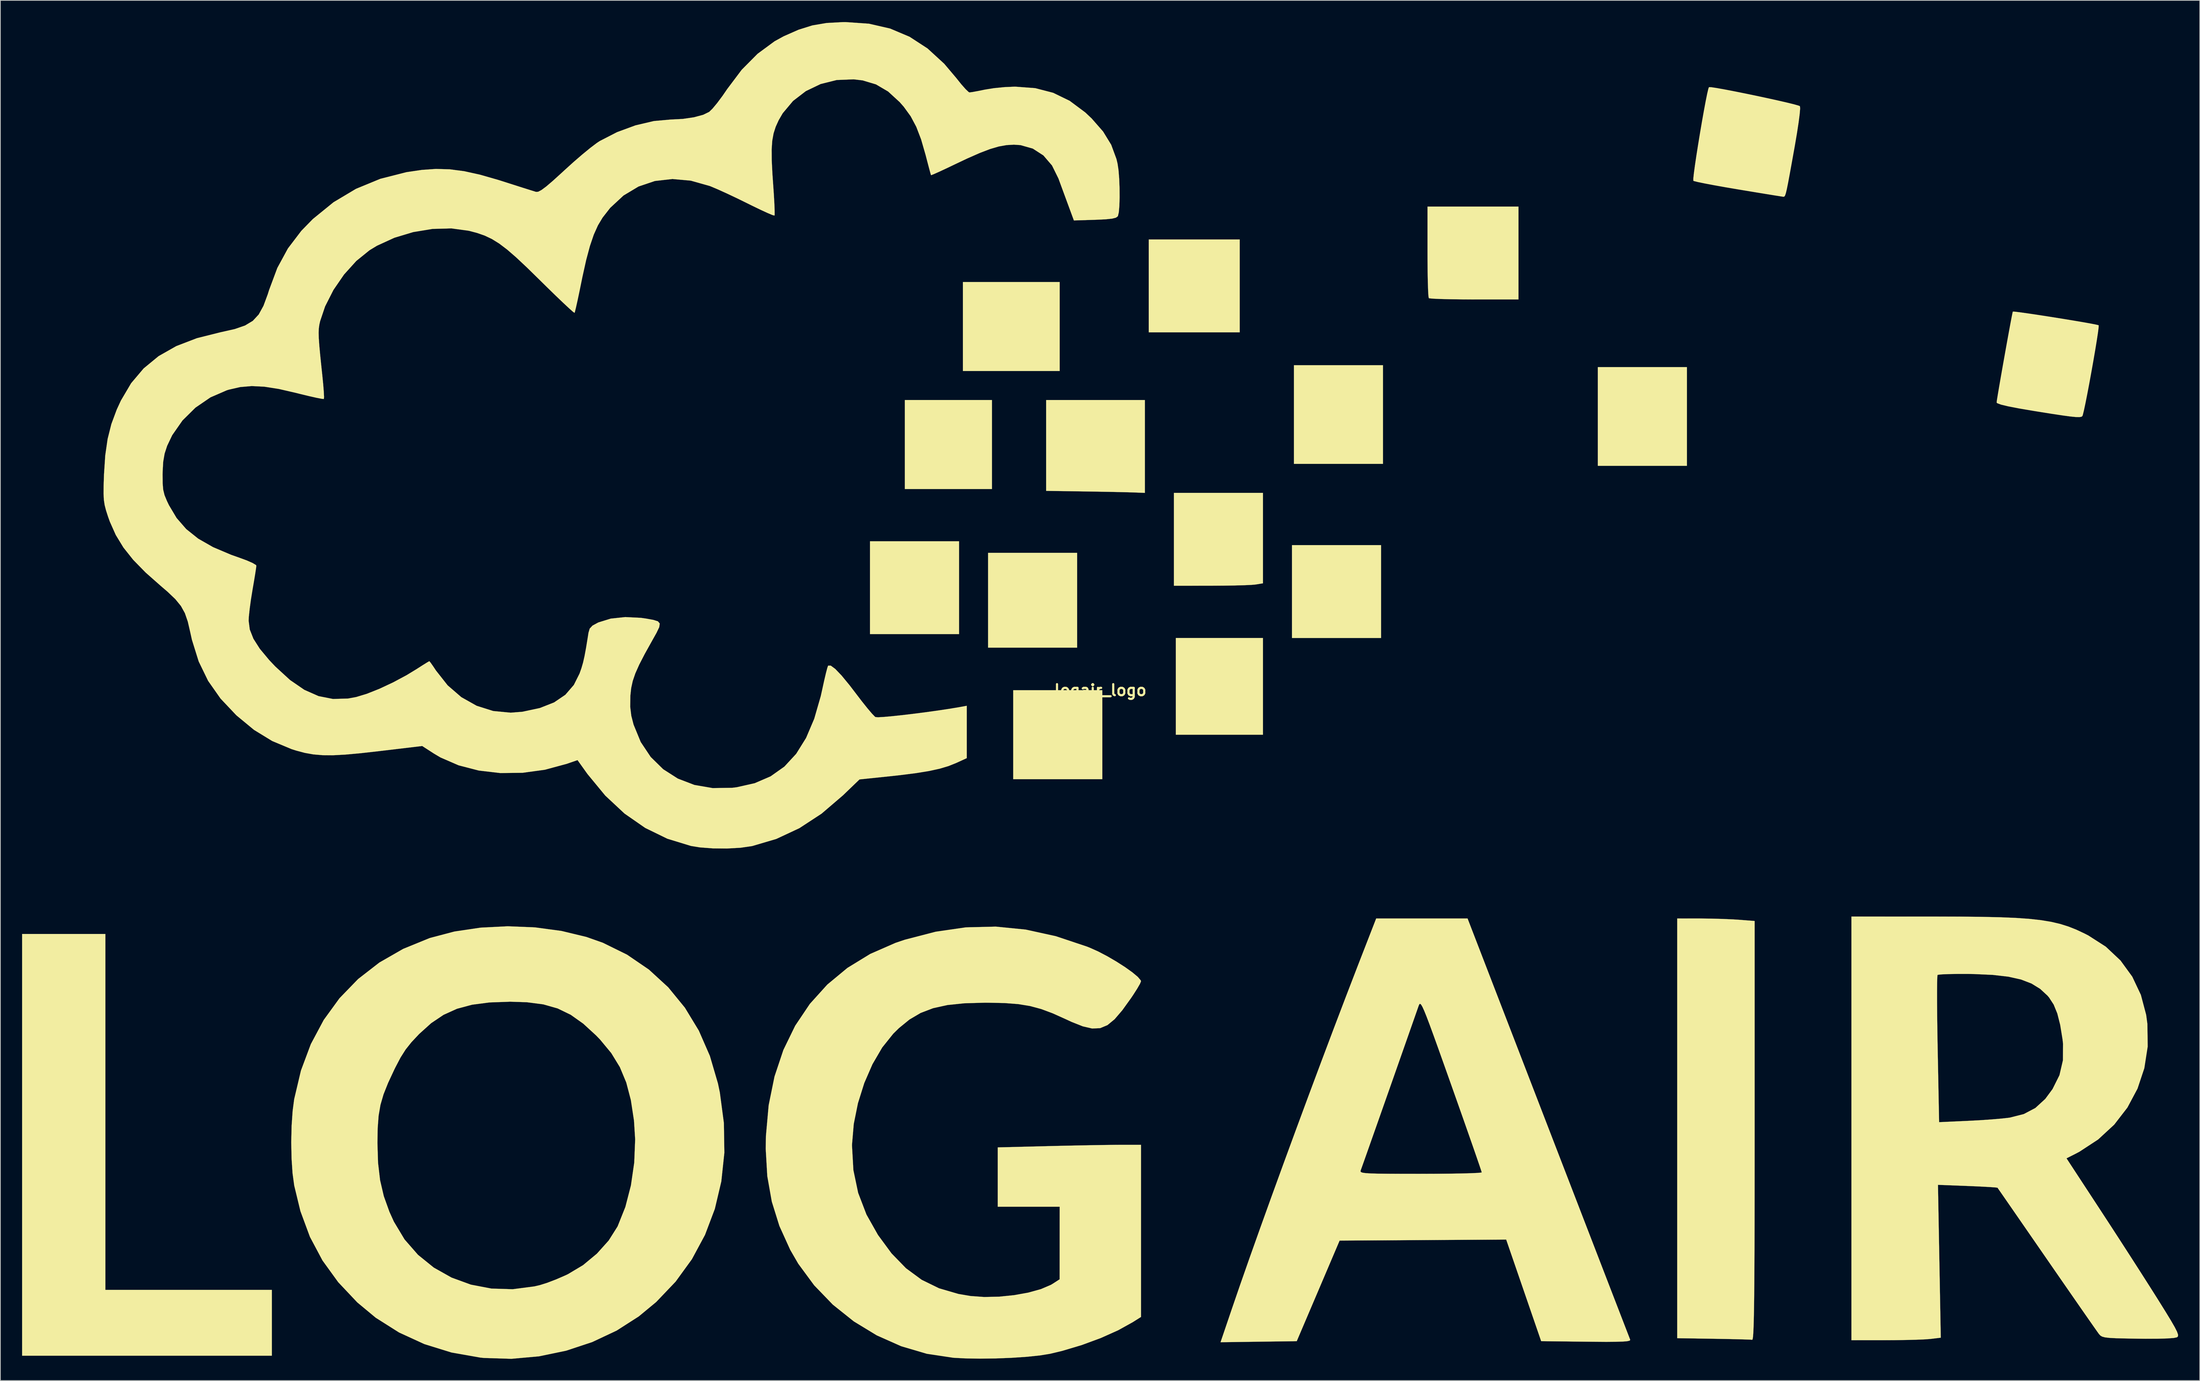
<source format=kicad_pcb>
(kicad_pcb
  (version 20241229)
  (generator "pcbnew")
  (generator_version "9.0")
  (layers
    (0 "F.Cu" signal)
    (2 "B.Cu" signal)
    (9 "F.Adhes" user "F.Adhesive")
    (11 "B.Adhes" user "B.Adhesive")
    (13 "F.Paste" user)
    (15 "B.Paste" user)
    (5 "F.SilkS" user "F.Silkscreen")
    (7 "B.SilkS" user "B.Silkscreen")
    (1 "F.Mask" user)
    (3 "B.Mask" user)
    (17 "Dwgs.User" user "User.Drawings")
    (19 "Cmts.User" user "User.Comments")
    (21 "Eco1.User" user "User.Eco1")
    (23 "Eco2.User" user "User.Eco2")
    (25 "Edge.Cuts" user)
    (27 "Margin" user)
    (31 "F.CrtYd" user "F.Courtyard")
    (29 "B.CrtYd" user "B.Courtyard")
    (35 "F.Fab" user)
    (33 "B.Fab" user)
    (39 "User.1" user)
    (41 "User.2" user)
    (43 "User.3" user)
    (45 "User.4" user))
  (footprint "logair_logo"
    (layer "F.Cu")
    (at 148.929 92.343)
    (property "Reference" "logair_logo" (at 0 0 0) (layer "F.SilkS") (effects (font (size 1.524 1.524) (thickness 0.3))))
    (attr through_hole)
    (fp_poly (pts (xy -19.518 -7.754) (xy -31.817 -7.754) (xy -31.817 -20.587) (xy -19.518 -20.587) (xy -19.518 -7.754)) (stroke (width 0.01) (type solid)) (fill yes) (layer "F.SilkS"))
    (fp_poly (pts (xy -14.973 -27.806) (xy -27.004 -27.806) (xy -27.004 -40.105) (xy -14.973 -40.105) (xy -14.973 -27.806)) (stroke (width 0.01) (type solid)) (fill yes) (layer "F.SilkS"))
    (fp_poly (pts (xy -5.615 -44.116) (xy -18.983 -44.116) (xy -18.983 -56.415) (xy -5.615 -56.415) (xy -5.615 -44.116)) (stroke (width 0.01) (type solid)) (fill yes) (layer "F.SilkS"))
    (fp_poly (pts (xy -3.208 -5.882) (xy -15.507 -5.882) (xy -15.507 -18.983) (xy -3.208 -18.983) (xy -3.208 -5.882)) (stroke (width 0.01) (type solid)) (fill yes) (layer "F.SilkS"))
    (fp_poly (pts (xy 0.267 12.299) (xy -12.032 12.299) (xy -12.032 0) (xy 0.267 0) (xy 0.267 12.299)) (stroke (width 0.01) (type solid)) (fill yes) (layer "F.SilkS"))
    (fp_poly (pts (xy 19.251 -49.463) (xy 6.684 -49.463) (xy 6.684 -62.297) (xy 19.251 -62.297) (xy 19.251 -49.463)) (stroke (width 0.01) (type solid)) (fill yes) (layer "F.SilkS"))
    (fp_poly (pts (xy 22.459 6.149) (xy 10.427 6.149) (xy 10.427 -7.219) (xy 22.459 -7.219) (xy 22.459 6.149)) (stroke (width 0.01) (type solid)) (fill yes) (layer "F.SilkS"))
    (fp_poly (pts (xy 38.768 -7.219) (xy 26.469 -7.219) (xy 26.469 -20.053) (xy 38.768 -20.053) (xy 38.768 -7.219)) (stroke (width 0.01) (type solid)) (fill yes) (layer "F.SilkS"))
    (fp_poly (pts (xy 39.036 -31.282) (xy 26.737 -31.282) (xy 26.737 -44.918) (xy 39.036 -44.918) (xy 39.036 -31.282)) (stroke (width 0.01) (type solid)) (fill yes) (layer "F.SilkS"))
    (fp_poly (pts (xy 81.013 -31.015) (xy 68.714 -31.015) (xy 68.714 -44.651) (xy 81.013 -44.651) (xy 81.013 -31.015)) (stroke (width 0.01) (type solid)) (fill yes) (layer "F.SilkS"))
    (fp_poly (pts (xy -137.427 82.884) (xy -114.434 82.884) (xy -114.434 91.975) (xy -148.924 91.975) (xy -148.924 33.688) (xy -137.427 33.688) (xy -137.427 82.884)) (stroke (width 0.01) (type solid)) (fill yes) (layer "F.SilkS"))
    (fp_poly (pts (xy 6.149 -27.272) (xy 4.612 -27.332) (xy 3.856 -27.356) (xy 2.68 -27.384) (xy 1.199 -27.414) (xy -0.471 -27.444) (xy -2.206 -27.472) (xy -7.486 -27.55) (xy -7.486 -40.105) (xy 6.149 -40.105) (xy 6.149 -27.272)) (stroke (width 0.01) (type solid)) (fill yes) (layer "F.SilkS"))
    (fp_poly (pts (xy 22.459 -14.775) (xy 21.456 -14.61) (xy 20.875 -14.557) (xy 19.862 -14.511) (xy 18.523 -14.474) (xy 16.963 -14.45) (xy 15.307 -14.441) (xy 10.16 -14.438) (xy 10.16 -27.272) (xy 22.459 -27.272) (xy 22.459 -14.775)) (stroke (width 0.01) (type solid)) (fill yes) (layer "F.SilkS"))
    (fp_poly (pts (xy 57.752 -54.008) (xy 51.647 -54.008) (xy 49.891 -54.016) (xy 48.318 -54.037) (xy 47.004 -54.069) (xy 46.027 -54.111) (xy 45.466 -54.159) (xy 45.364 -54.187) (xy 45.313 -54.494) (xy 45.268 -55.259) (xy 45.231 -56.404) (xy 45.203 -57.854) (xy 45.188 -59.53) (xy 45.185 -60.604) (xy 45.185 -66.842) (xy 57.752 -66.842) (xy 57.752 -54.008)) (stroke (width 0.01) (type solid)) (fill yes) (layer "F.SilkS"))
    (fp_poly (pts (xy 82.817 31.551) (xy 84.348 31.568) (xy 85.953 31.612) (xy 87.404 31.675) (xy 88.165 31.724) (xy 90.371 31.896) (xy 90.371 60.866) (xy 90.369 65.59) (xy 90.366 69.805) (xy 90.36 73.535) (xy 90.35 76.806) (xy 90.338 79.642) (xy 90.322 82.069) (xy 90.301 84.113) (xy 90.277 85.797) (xy 90.248 87.148) (xy 90.215 88.189) (xy 90.176 88.948) (xy 90.133 89.447) (xy 90.083 89.714) (xy 90.036 89.775) (xy 89.674 89.752) (xy 88.866 89.724) (xy 87.705 89.694) (xy 86.279 89.663) (xy 84.689 89.636) (xy 79.676 89.557) (xy 79.676 31.549) (xy 82.817 31.551)) (stroke (width 0.01) (type solid)) (fill yes) (layer "F.SilkS"))
    (fp_poly (pts (xy 126.309 -52.314) (xy 127.024 -52.227) (xy 128.082 -52.079) (xy 129.39 -51.885) (xy 130.857 -51.659) (xy 132.39 -51.416) (xy 133.896 -51.17) (xy 135.285 -50.937) (xy 136.464 -50.731) (xy 137.34 -50.566) (xy 137.822 -50.457) (xy 137.884 -50.432) (xy 137.879 -50.142) (xy 137.786 -49.416) (xy 137.623 -48.344) (xy 137.406 -47.016) (xy 137.149 -45.52) (xy 136.87 -43.948) (xy 136.585 -42.387) (xy 136.308 -40.927) (xy 136.057 -39.659) (xy 135.847 -38.671) (xy 135.695 -38.052) (xy 135.64 -37.899) (xy 135.513 -37.797) (xy 135.238 -37.747) (xy 134.753 -37.755) (xy 134 -37.829) (xy 132.917 -37.974) (xy 131.444 -38.196) (xy 129.521 -38.502) (xy 128.938 -38.596) (xy 126.914 -38.94) (xy 125.406 -39.231) (xy 124.399 -39.473) (xy 123.877 -39.669) (xy 123.792 -39.767) (xy 123.836 -40.106) (xy 123.96 -40.87) (xy 124.146 -41.971) (xy 124.379 -43.318) (xy 124.643 -44.823) (xy 124.923 -46.397) (xy 125.201 -47.951) (xy 125.464 -49.396) (xy 125.694 -50.643) (xy 125.876 -51.603) (xy 125.994 -52.187) (xy 126.029 -52.324) (xy 126.309 -52.314)) (stroke (width 0.01) (type solid)) (fill yes) (layer "F.SilkS"))
    (fp_poly (pts (xy 84.355 -83.34) (xy 85.082 -83.231) (xy 86.153 -83.041) (xy 87.479 -82.786) (xy 88.972 -82.487) (xy 90.542 -82.162) (xy 92.101 -81.828) (xy 93.56 -81.506) (xy 94.831 -81.213) (xy 95.825 -80.968) (xy 96.452 -80.789) (xy 96.624 -80.716) (xy 96.653 -80.397) (xy 96.588 -79.625) (xy 96.439 -78.469) (xy 96.215 -77) (xy 95.925 -75.289) (xy 95.864 -74.946) (xy 95.495 -72.887) (xy 95.206 -71.294) (xy 94.984 -70.108) (xy 94.816 -69.27) (xy 94.686 -68.72) (xy 94.581 -68.399) (xy 94.487 -68.246) (xy 94.39 -68.202) (xy 94.285 -68.208) (xy 93.943 -68.259) (xy 93.153 -68.384) (xy 91.994 -68.572) (xy 90.547 -68.809) (xy 88.891 -69.083) (xy 88.04 -69.224) (xy 86.318 -69.517) (xy 84.775 -69.793) (xy 83.489 -70.037) (xy 82.536 -70.233) (xy 81.996 -70.367) (xy 81.905 -70.406) (xy 81.9 -70.706) (xy 81.978 -71.442) (xy 82.124 -72.527) (xy 82.323 -73.872) (xy 82.562 -75.389) (xy 82.824 -76.987) (xy 83.095 -78.58) (xy 83.361 -80.078) (xy 83.606 -81.393) (xy 83.816 -82.436) (xy 83.976 -83.119) (xy 84.06 -83.348) (xy 84.355 -83.34)) (stroke (width 0.01) (type solid)) (fill yes) (layer "F.SilkS"))
    (fp_poly (pts (xy 61.883 60.492) (xy 63.334 64.255) (xy 64.733 67.881) (xy 66.067 71.339) (xy 67.324 74.597) (xy 68.492 77.624) (xy 69.558 80.388) (xy 70.511 82.857) (xy 71.339 85.001) (xy 72.029 86.788) (xy 72.569 88.186) (xy 72.947 89.164) (xy 73.15 89.69) (xy 73.183 89.774) (xy 73.127 89.884) (xy 72.821 89.966) (xy 72.213 90.021) (xy 71.25 90.052) (xy 69.881 90.062) (xy 68.053 90.051) (xy 67.103 90.041) (xy 60.885 89.969) (xy 58.469 82.948) (xy 56.053 75.927) (xy 44.55 75.997) (xy 33.047 76.066) (xy 30.087 83.018) (xy 27.126 89.969) (xy 21.863 90.042) (xy 16.6 90.114) (xy 18.167 85.497) (xy 19.302 82.194) (xy 20.607 78.468) (xy 22.056 74.394) (xy 23.621 70.044) (xy 24.908 66.504) (xy 35.931 66.504) (xy 36.008 66.608) (xy 36.241 66.688) (xy 36.681 66.747) (xy 37.383 66.789) (xy 38.4 66.817) (xy 39.784 66.833) (xy 41.589 66.84) (xy 43.868 66.842) (xy 44.221 66.842) (xy 46.286 66.836) (xy 48.168 66.819) (xy 49.805 66.792) (xy 51.132 66.757) (xy 52.085 66.715) (xy 52.601 66.668) (xy 52.676 66.642) (xy 52.59 66.356) (xy 52.342 65.618) (xy 51.95 64.476) (xy 51.432 62.981) (xy 50.803 61.184) (xy 50.084 59.134) (xy 49.289 56.882) (xy 48.477 54.586) (xy 47.502 51.84) (xy 46.689 49.558) (xy 46.021 47.703) (xy 45.483 46.235) (xy 45.059 45.116) (xy 44.732 44.306) (xy 44.486 43.766) (xy 44.306 43.457) (xy 44.175 43.341) (xy 44.077 43.378) (xy 43.996 43.529) (xy 43.961 43.624) (xy 43.296 45.522) (xy 42.565 47.606) (xy 41.789 49.818) (xy 40.987 52.101) (xy 40.18 54.398) (xy 39.388 56.65) (xy 38.631 58.801) (xy 37.929 60.794) (xy 37.302 62.571) (xy 36.772 64.075) (xy 36.357 65.247) (xy 36.078 66.032) (xy 35.955 66.371) (xy 35.954 66.374) (xy 35.931 66.504) (xy 24.908 66.504) (xy 25.275 65.493) (xy 26.991 60.815) (xy 28.741 56.084) (xy 30.5 51.374) (xy 32.238 46.758) (xy 33.93 42.311) (xy 35.547 38.107) (xy 35.991 36.964) (xy 38.096 31.549) (xy 50.719 31.549) (xy 61.883 60.492)) (stroke (width 0.01) (type solid)) (fill yes) (layer "F.SilkS"))
    (fp_poly (pts (xy -10.322 33.081) (xy -6.15 33.997) (xy -1.881 35.423) (xy -1.469 35.585) (xy -0.304 36.107) (xy 0.957 36.768) (xy 2.225 37.509) (xy 3.411 38.27) (xy 4.423 38.994) (xy 5.174 39.622) (xy 5.573 40.095) (xy 5.615 40.234) (xy 5.472 40.581) (xy 5.089 41.246) (xy 4.536 42.112) (xy 4.254 42.531) (xy 3.036 44.226) (xy 1.972 45.469) (xy 0.979 46.287) (xy -0.028 46.706) (xy -1.132 46.755) (xy -2.416 46.459) (xy -3.963 45.846) (xy -4.799 45.459) (xy -6.572 44.66) (xy -8.162 44.066) (xy -9.704 43.65) (xy -11.334 43.383) (xy -13.189 43.239) (xy -15.404 43.191) (xy -16.042 43.19) (xy -18.798 43.269) (xy -21.123 43.511) (xy -23.102 43.947) (xy -24.821 44.604) (xy -26.365 45.513) (xy -27.821 46.702) (xy -28.606 47.476) (xy -30.128 49.378) (xy -31.475 51.688) (xy -32.607 54.292) (xy -33.482 57.081) (xy -34.059 59.943) (xy -34.298 62.768) (xy -34.301 62.965) (xy -34.111 66.328) (xy -33.453 69.471) (xy -32.305 72.469) (xy -30.716 75.286) (xy -28.839 77.838) (xy -26.842 79.894) (xy -24.672 81.491) (xy -22.276 82.662) (xy -19.6 83.443) (xy -17.945 83.725) (xy -16.046 83.864) (xy -13.993 83.819) (xy -11.917 83.609) (xy -9.946 83.255) (xy -8.21 82.774) (xy -6.839 82.188) (xy -6.556 82.019) (xy -5.621 81.414) (xy -5.615 71.387) (xy -14.171 71.387) (xy -14.171 63.185) (xy -7.152 63.009) (xy -5.076 62.96) (xy -3.003 62.916) (xy -1.048 62.879) (xy 0.678 62.852) (xy 2.059 62.836) (xy 2.741 62.832) (xy 5.615 62.832) (xy 5.615 86.621) (xy 4.478 87.339) (xy 2.463 88.458) (xy 0.064 89.532) (xy -2.567 90.503) (xy -5.278 91.313) (xy -6.929 91.708) (xy -8.335 91.938) (xy -10.141 92.126) (xy -12.215 92.266) (xy -14.423 92.353) (xy -16.632 92.382) (xy -18.711 92.347) (xy -20.32 92.26) (xy -23.965 91.712) (xy -27.506 90.667) (xy -30.886 89.163) (xy -34.053 87.234) (xy -36.951 84.918) (xy -39.526 82.249) (xy -41.724 79.265) (xy -42.835 77.344) (xy -44.329 74.049) (xy -45.378 70.683) (xy -46.002 67.159) (xy -46.219 63.387) (xy -46.19 61.61) (xy -45.812 57.358) (xy -45.005 53.391) (xy -43.781 49.724) (xy -42.151 46.374) (xy -40.125 43.356) (xy -37.716 40.686) (xy -34.934 38.379) (xy -31.79 36.452) (xy -28.295 34.92) (xy -27.003 34.484) (xy -22.737 33.377) (xy -18.566 32.773) (xy -14.444 32.674) (xy -10.322 33.081)) (stroke (width 0.01) (type solid)) (fill yes) (layer "F.SilkS"))
    (fp_poly (pts (xy -78.092 32.778) (xy -74.434 33.271) (xy -70.994 34.1) (xy -68.714 34.905) (xy -65.367 36.553) (xy -62.352 38.613) (xy -59.684 41.062) (xy -57.381 43.881) (xy -55.458 47.049) (xy -53.932 50.544) (xy -52.818 54.347) (xy -52.555 55.606) (xy -51.997 59.825) (xy -51.933 63.93) (xy -52.353 67.894) (xy -53.247 71.685) (xy -54.604 75.276) (xy -56.412 78.637) (xy -58.663 81.739) (xy -61.345 84.553) (xy -63.752 86.545) (xy -66.806 88.503) (xy -70.18 90.09) (xy -73.786 91.285) (xy -77.539 92.064) (xy -81.352 92.406) (xy -85.137 92.288) (xy -85.664 92.233) (xy -89.617 91.535) (xy -93.365 90.373) (xy -96.868 88.764) (xy -100.085 86.727) (xy -102.632 84.609) (xy -105.268 81.814) (xy -107.439 78.812) (xy -109.169 75.558) (xy -110.483 72.004) (xy -111.34 68.464) (xy -111.571 66.764) (xy -111.708 64.71) (xy -111.75 62.564) (xy -99.849 62.564) (xy -99.764 65.321) (xy -99.482 67.723) (xy -98.97 69.924) (xy -98.197 72.078) (xy -97.579 73.445) (xy -96.102 75.907) (xy -94.247 78.033) (xy -92.066 79.799) (xy -89.614 81.18) (xy -86.945 82.155) (xy -84.113 82.698) (xy -81.173 82.788) (xy -78.178 82.399) (xy -77.403 82.218) (xy -76.404 81.904) (xy -75.158 81.427) (xy -73.888 80.875) (xy -73.526 80.703) (xy -71.446 79.459) (xy -69.535 77.872) (xy -67.912 76.061) (xy -66.698 74.14) (xy -66.659 74.061) (xy -65.603 71.415) (xy -64.836 68.444) (xy -64.378 65.286) (xy -64.251 62.079) (xy -64.412 59.485) (xy -64.844 56.649) (xy -65.48 54.219) (xy -66.368 52.087) (xy -67.555 50.147) (xy -69.089 48.294) (xy -69.648 47.713) (xy -71.423 46.084) (xy -73.156 44.855) (xy -74.959 43.981) (xy -76.943 43.418) (xy -79.219 43.123) (xy -81.537 43.051) (xy -84.362 43.152) (xy -86.774 43.466) (xy -88.861 44.026) (xy -90.714 44.864) (xy -92.422 46.012) (xy -94.073 47.501) (xy -94.107 47.536) (xy -95.152 48.649) (xy -95.956 49.661) (xy -96.654 50.763) (xy -97.379 52.146) (xy -97.507 52.407) (xy -98.378 54.275) (xy -99.007 55.855) (xy -99.43 57.309) (xy -99.686 58.803) (xy -99.813 60.5) (xy -99.849 62.564) (xy -111.75 62.564) (xy -111.752 62.472) (xy -111.702 60.221) (xy -111.558 58.131) (xy -111.346 56.518) (xy -110.411 52.564) (xy -109.046 48.909) (xy -107.266 45.572) (xy -105.085 42.569) (xy -102.519 39.919) (xy -99.584 37.64) (xy -96.295 35.751) (xy -92.666 34.268) (xy -92.569 34.236) (xy -89.208 33.35) (xy -85.596 32.814) (xy -81.852 32.625) (xy -78.092 32.778)) (stroke (width 0.01) (type solid)) (fill yes) (layer "F.SilkS"))
    (fp_poly (pts (xy 115.169 31.284) (xy 118.652 31.292) (xy 121.654 31.322) (xy 124.23 31.379) (xy 126.432 31.47) (xy 128.314 31.602) (xy 129.931 31.782) (xy 131.336 32.015) (xy 132.583 32.309) (xy 133.725 32.669) (xy 134.817 33.104) (xy 135.912 33.619) (xy 136.459 33.899) (xy 138.872 35.448) (xy 140.902 37.358) (xy 142.525 39.589) (xy 143.714 42.106) (xy 144.446 44.87) (xy 144.615 46.136) (xy 144.656 49.246) (xy 144.192 52.238) (xy 143.25 55.066) (xy 141.856 57.681) (xy 140.035 60.039) (xy 137.814 62.091) (xy 135.218 63.79) (xy 134.724 64.05) (xy 133.444 64.698) (xy 138.257 72.053) (xy 139.605 74.121) (xy 141.023 76.309) (xy 142.441 78.508) (xy 143.788 80.608) (xy 144.993 82.499) (xy 145.986 84.07) (xy 146.119 84.283) (xy 147.129 85.905) (xy 147.877 87.135) (xy 148.393 88.031) (xy 148.706 88.651) (xy 148.845 89.052) (xy 148.839 89.291) (xy 148.717 89.427) (xy 148.713 89.429) (xy 148.273 89.524) (xy 147.36 89.592) (xy 146.036 89.63) (xy 144.361 89.636) (xy 143.309 89.625) (xy 141.566 89.595) (xy 140.279 89.562) (xy 139.369 89.514) (xy 138.758 89.442) (xy 138.368 89.337) (xy 138.119 89.189) (xy 137.933 88.988) (xy 137.909 88.957) (xy 137.666 88.618) (xy 137.152 87.886) (xy 136.401 86.81) (xy 135.446 85.438) (xy 134.322 83.816) (xy 133.06 81.995) (xy 131.694 80.02) (xy 130.718 78.606) (xy 129.317 76.578) (xy 128.012 74.688) (xy 126.833 72.982) (xy 125.812 71.504) (xy 124.979 70.3) (xy 124.365 69.413) (xy 124.001 68.889) (xy 123.912 68.761) (xy 123.635 68.722) (xy 122.917 68.67) (xy 121.853 68.611) (xy 120.535 68.55) (xy 119.766 68.519) (xy 115.69 68.362) (xy 115.884 78.926) (xy 116.079 89.489) (xy 114.655 89.66) (xy 113.911 89.717) (xy 112.755 89.766) (xy 111.309 89.804) (xy 109.696 89.828) (xy 108.485 89.833) (xy 103.739 89.836) (xy 103.739 41.615) (xy 115.563 41.615) (xy 115.565 43.16) (xy 115.579 45) (xy 115.606 47.077) (xy 115.644 49.331) (xy 115.65 49.616) (xy 115.847 59.699) (xy 119.886 59.516) (xy 121.47 59.432) (xy 123.019 59.326) (xy 124.383 59.211) (xy 125.41 59.098) (xy 125.63 59.067) (xy 127.544 58.582) (xy 129.138 57.743) (xy 130.508 56.488) (xy 131.513 55.128) (xy 132.473 53.203) (xy 132.952 51.136) (xy 132.965 48.862) (xy 132.898 48.262) (xy 132.572 46.252) (xy 132.174 44.68) (xy 131.672 43.449) (xy 131.031 42.464) (xy 130.813 42.209) (xy 129.803 41.275) (xy 128.609 40.539) (xy 127.165 39.984) (xy 125.409 39.592) (xy 123.275 39.346) (xy 120.699 39.228) (xy 119.867 39.215) (xy 118.445 39.213) (xy 117.217 39.232) (xy 116.279 39.269) (xy 115.73 39.322) (xy 115.631 39.354) (xy 115.596 39.653) (xy 115.573 40.426) (xy 115.563 41.615) (xy 103.739 41.615) (xy 103.739 31.282) (xy 115.169 31.284)) (stroke (width 0.01) (type solid)) (fill yes) (layer "F.SilkS"))
    (fp_poly (pts (xy -31.967 -92.118) (xy -29.038 -91.446) (xy -26.347 -90.308) (xy -23.865 -88.691) (xy -21.565 -86.581) (xy -19.92 -84.634) (xy -19.221 -83.761) (xy -18.619 -83.079) (xy -18.2 -82.68) (xy -18.077 -82.617) (xy -17.682 -82.669) (xy -16.924 -82.807) (xy -15.964 -83.002) (xy -15.908 -83.013) (xy -14.686 -83.209) (xy -13.231 -83.353) (xy -11.843 -83.414) (xy -11.754 -83.414) (xy -9.004 -83.21) (xy -6.521 -82.567) (xy -4.238 -81.458) (xy -2.089 -79.856) (xy -1.197 -79.015) (xy 0.38 -77.212) (xy 1.498 -75.386) (xy 2.222 -73.422) (xy 2.375 -72.778) (xy 2.509 -71.873) (xy 2.601 -70.706) (xy 2.652 -69.408) (xy 2.66 -68.11) (xy 2.625 -66.942) (xy 2.546 -66.036) (xy 2.423 -65.523) (xy 2.412 -65.505) (xy 2.156 -65.312) (xy 1.618 -65.175) (xy 0.716 -65.081) (xy -0.633 -65.019) (xy -0.748 -65.015) (xy -3.655 -64.926) (xy -4.526 -67.288) (xy -4.962 -68.473) (xy -5.377 -69.601) (xy -5.701 -70.485) (xy -5.786 -70.719) (xy -6.678 -72.525) (xy -7.868 -73.912) (xy -9.328 -74.857) (xy -11.028 -75.338) (xy -11.94 -75.398) (xy -12.959 -75.34) (xy -14.028 -75.149) (xy -15.232 -74.796) (xy -16.657 -74.251) (xy -18.39 -73.487) (xy -20.026 -72.713) (xy -21.23 -72.137) (xy -22.246 -71.664) (xy -22.986 -71.334) (xy -23.36 -71.185) (xy -23.388 -71.183) (xy -23.47 -71.454) (xy -23.654 -72.134) (xy -23.911 -73.11) (xy -24.138 -73.985) (xy -24.757 -76.131) (xy -25.424 -77.87) (xy -26.202 -79.331) (xy -27.154 -80.641) (xy -27.717 -81.282) (xy -29.315 -82.747) (xy -30.988 -83.73) (xy -32.839 -84.283) (xy -34.065 -84.428) (xy -36.41 -84.336) (xy -38.639 -83.78) (xy -40.676 -82.802) (xy -42.445 -81.443) (xy -43.87 -79.744) (xy -44.431 -78.778) (xy -44.841 -77.874) (xy -45.133 -76.963) (xy -45.316 -75.953) (xy -45.399 -74.749) (xy -45.389 -73.259) (xy -45.295 -71.388) (xy -45.202 -70.049) (xy -45.101 -68.586) (xy -45.028 -67.319) (xy -44.988 -66.34) (xy -44.985 -65.74) (xy -45.004 -65.597) (xy -45.274 -65.667) (xy -45.933 -65.942) (xy -46.895 -66.384) (xy -48.075 -66.953) (xy -48.699 -67.263) (xy -50.125 -67.963) (xy -51.54 -68.633) (xy -52.802 -69.206) (xy -53.769 -69.616) (xy -53.956 -69.689) (xy -56.572 -70.426) (xy -59.108 -70.653) (xy -61.525 -70.379) (xy -63.787 -69.616) (xy -65.858 -68.375) (xy -67.699 -66.666) (xy -68.75 -65.319) (xy -69.393 -64.244) (xy -69.969 -62.96) (xy -70.502 -61.389) (xy -71.019 -59.456) (xy -71.545 -57.083) (xy -71.653 -56.548) (xy -71.948 -55.106) (xy -72.212 -53.856) (xy -72.428 -52.89) (xy -72.574 -52.297) (xy -72.624 -52.153) (xy -72.836 -52.3) (xy -73.374 -52.778) (xy -74.185 -53.535) (xy -75.218 -54.523) (xy -76.42 -55.694) (xy -77.476 -56.735) (xy -79.234 -58.457) (xy -80.7 -59.832) (xy -81.943 -60.909) (xy -83.034 -61.736) (xy -84.041 -62.361) (xy -85.034 -62.832) (xy -86.083 -63.197) (xy -87.226 -63.499) (xy -89.632 -63.826) (xy -92.235 -63.757) (xy -94.903 -63.318) (xy -97.505 -62.535) (xy -99.91 -61.433) (xy -100.942 -60.807) (xy -102.765 -59.331) (xy -104.457 -57.456) (xy -105.926 -55.317) (xy -107.077 -53.048) (xy -107.766 -50.999) (xy -107.875 -50.504) (xy -107.944 -50) (xy -107.97 -49.407) (xy -107.948 -48.643) (xy -107.877 -47.63) (xy -107.752 -46.285) (xy -107.57 -44.528) (xy -107.462 -43.515) (xy -107.34 -42.28) (xy -107.258 -41.252) (xy -107.224 -40.54) (xy -107.244 -40.254) (xy -107.531 -40.275) (xy -108.241 -40.411) (xy -109.277 -40.644) (xy -110.546 -40.951) (xy -111.099 -41.091) (xy -113.47 -41.637) (xy -115.471 -41.95) (xy -117.215 -42.036) (xy -118.811 -41.898) (xy -120.37 -41.541) (xy -120.647 -41.457) (xy -122.908 -40.476) (xy -124.98 -39.057) (xy -126.772 -37.285) (xy -128.195 -35.243) (xy -128.894 -33.775) (xy -129.242 -32.706) (xy -129.438 -31.577) (xy -129.517 -30.178) (xy -129.522 -29.806) (xy -129.513 -28.59) (xy -129.438 -27.708) (xy -129.255 -26.962) (xy -128.922 -26.153) (xy -128.644 -25.573) (xy -127.588 -23.801) (xy -126.261 -22.273) (xy -124.603 -20.946) (xy -122.556 -19.775) (xy -120.059 -18.715) (xy -118.912 -18.309) (xy -117.89 -17.933) (xy -117.094 -17.582) (xy -116.638 -17.308) (xy -116.573 -17.214) (xy -116.617 -16.842) (xy -116.736 -16.061) (xy -116.912 -14.99) (xy -117.105 -13.869) (xy -117.323 -12.516) (xy -117.498 -11.226) (xy -117.61 -10.167) (xy -117.639 -9.611) (xy -117.481 -8.388) (xy -116.978 -7.112) (xy -116.095 -5.725) (xy -114.797 -4.166) (xy -113.949 -3.269) (xy -111.916 -1.405) (xy -109.941 -0.049) (xy -107.979 0.818) (xy -105.984 1.212) (xy -103.909 1.15) (xy -102.795 0.946) (xy -101.316 0.499) (xy -99.561 -0.2) (xy -97.68 -1.082) (xy -95.824 -2.076) (xy -94.439 -2.919) (xy -93.623 -3.443) (xy -93.002 -3.829) (xy -92.692 -4.006) (xy -92.679 -4.011) (xy -92.504 -3.806) (xy -92.132 -3.276) (xy -91.768 -2.727) (xy -90.151 -0.673) (xy -88.26 0.962) (xy -86.144 2.153) (xy -83.856 2.876) (xy -81.446 3.106) (xy -79.821 2.977) (xy -77.411 2.462) (xy -75.448 1.688) (xy -73.895 0.633) (xy -72.721 -0.727) (xy -71.934 -2.298) (xy -71.669 -3.05) (xy -71.448 -3.811) (xy -71.246 -4.701) (xy -71.035 -5.841) (xy -70.789 -7.35) (xy -70.697 -7.946) (xy -70.529 -8.516) (xy -70.144 -8.929) (xy -69.402 -9.332) (xy -69.305 -9.376) (xy -67.621 -9.896) (xy -65.625 -10.108) (xy -63.449 -10.002) (xy -62.687 -9.891) (xy -61.713 -9.713) (xy -61.11 -9.519) (xy -60.855 -9.218) (xy -60.927 -8.719) (xy -61.302 -7.93) (xy -61.925 -6.818) (xy -62.936 -5) (xy -63.691 -3.535) (xy -64.229 -2.326) (xy -64.586 -1.28) (xy -64.801 -0.3) (xy -64.91 0.709) (xy -64.916 0.814) (xy -64.938 2.275) (xy -64.786 3.533) (xy -64.472 4.755) (xy -63.483 7.162) (xy -62.107 9.225) (xy -60.385 10.918) (xy -58.359 12.216) (xy -56.069 13.094) (xy -53.558 13.527) (xy -50.866 13.489) (xy -50.229 13.412) (xy -47.735 12.851) (xy -45.545 11.906) (xy -43.643 10.56) (xy -42.014 8.796) (xy -40.644 6.596) (xy -39.516 3.943) (xy -38.616 0.82) (xy -38.415 -0.086) (xy -38.145 -1.321) (xy -37.902 -2.357) (xy -37.711 -3.084) (xy -37.6 -3.397) (xy -37.599 -3.398) (xy -37.236 -3.399) (xy -36.615 -2.941) (xy -35.744 -2.032) (xy -34.63 -0.678) (xy -33.798 0.411) (xy -32.942 1.532) (xy -32.166 2.503) (xy -31.54 3.241) (xy -31.134 3.66) (xy -31.058 3.715) (xy -30.689 3.739) (xy -29.881 3.693) (xy -28.723 3.589) (xy -27.304 3.437) (xy -25.713 3.247) (xy -24.04 3.031) (xy -22.373 2.799) (xy -20.803 2.561) (xy -19.418 2.33) (xy -19.184 2.287) (xy -18.448 2.152) (xy -18.448 9.387) (xy -19.898 10.051) (xy -20.966 10.48) (xy -22.192 10.846) (xy -23.658 11.167) (xy -25.447 11.459) (xy -27.64 11.737) (xy -29.131 11.9) (xy -33.264 12.329) (xy -35.548 14.529) (xy -38.502 17.058) (xy -41.572 19.067) (xy -44.766 20.559) (xy -48.088 21.538) (xy -48.12 21.545) (xy -49.692 21.772) (xy -51.558 21.877) (xy -53.502 21.861) (xy -55.313 21.724) (xy -56.548 21.523) (xy -59.806 20.525) (xy -62.867 19.031) (xy -65.726 17.044) (xy -68.379 14.566) (xy -70.824 11.601) (xy -71.031 11.314) (xy -72.211 9.661) (xy -73.707 10.176) (xy -76.725 10.993) (xy -79.813 11.415) (xy -82.886 11.449) (xy -85.856 11.102) (xy -88.638 10.381) (xy -91.143 9.292) (xy -92.044 8.757) (xy -93.663 7.711) (xy -99.704 8.43) (xy -102.205 8.711) (xy -104.267 8.898) (xy -105.978 8.989) (xy -107.426 8.98) (xy -108.699 8.872) (xy -109.885 8.66) (xy -111.072 8.344) (xy -111.706 8.142) (xy -114.384 7.021) (xy -116.895 5.483) (xy -119.332 3.469) (xy -119.333 3.468) (xy -121.517 1.156) (xy -123.234 -1.291) (xy -124.534 -3.968) (xy -125.469 -6.967) (xy -125.702 -8.02) (xy -126.041 -9.488) (xy -126.443 -10.653) (xy -126.99 -11.643) (xy -127.763 -12.589) (xy -128.847 -13.621) (xy -129.729 -14.377) (xy -131.866 -16.266) (xy -133.579 -18.019) (xy -134.932 -19.721) (xy -135.988 -21.454) (xy -136.812 -23.303) (xy -137.052 -23.976) (xy -137.333 -24.848) (xy -137.522 -25.581) (xy -137.632 -26.308) (xy -137.675 -27.165) (xy -137.665 -28.286) (xy -137.615 -29.806) (xy -137.615 -29.812) (xy -137.441 -32.455) (xy -137.113 -34.729) (xy -136.596 -36.787) (xy -135.856 -38.78) (xy -135.277 -40.036) (xy -133.865 -42.432) (xy -132.141 -44.47) (xy -130.074 -46.171) (xy -127.631 -47.558) (xy -124.779 -48.654) (xy -121.487 -49.479) (xy -121.401 -49.496) (xy -119.545 -49.915) (xy -118.129 -50.406) (xy -117.06 -51.049) (xy -116.244 -51.929) (xy -115.587 -53.127) (xy -114.995 -54.726) (xy -114.814 -55.305) (xy -113.674 -58.363) (xy -112.211 -61.057) (xy -110.361 -63.488) (xy -108.772 -65.117) (xy -105.914 -67.441) (xy -102.81 -69.294) (xy -99.452 -70.678) (xy -95.831 -71.599) (xy -93.71 -71.911) (xy -91.769 -72.046) (xy -89.865 -71.992) (xy -87.877 -71.733) (xy -85.688 -71.251) (xy -83.177 -70.531) (xy -82.57 -70.339) (xy -81.138 -69.881) (xy -79.855 -69.472) (xy -78.821 -69.145) (xy -78.135 -68.931) (xy -77.935 -68.871) (xy -77.639 -68.895) (xy -77.191 -69.13) (xy -76.539 -69.615) (xy -75.631 -70.39) (xy -74.413 -71.495) (xy -74.022 -71.857) (xy -72.787 -72.976) (xy -71.563 -74.035) (xy -70.451 -74.947) (xy -69.555 -75.626) (xy -69.153 -75.894) (xy -66.751 -77.129) (xy -64.203 -78.068) (xy -61.663 -78.664) (xy -59.356 -78.871) (xy -57.672 -78.957) (xy -56.127 -79.184) (xy -54.856 -79.526) (xy -54.026 -79.93) (xy -53.571 -80.373) (xy -52.924 -81.152) (xy -52.178 -82.153) (xy -51.538 -83.086) (xy -49.536 -85.747) (xy -47.346 -87.956) (xy -44.998 -89.685) (xy -43.742 -90.376) (xy -41.685 -91.283) (xy -39.778 -91.881) (xy -37.812 -92.216) (xy -35.579 -92.336) (xy -35.159 -92.338) (xy -31.967 -92.118)) (stroke (width 0.01) (type solid)) (fill yes) (layer "F.SilkS")))
  (gr_rect
    (start -3 -3)
    (end 300.779 187.755)
    (stroke (width 0.1) (type default))
    (fill no)
    (layer "Edge.Cuts")))
</source>
